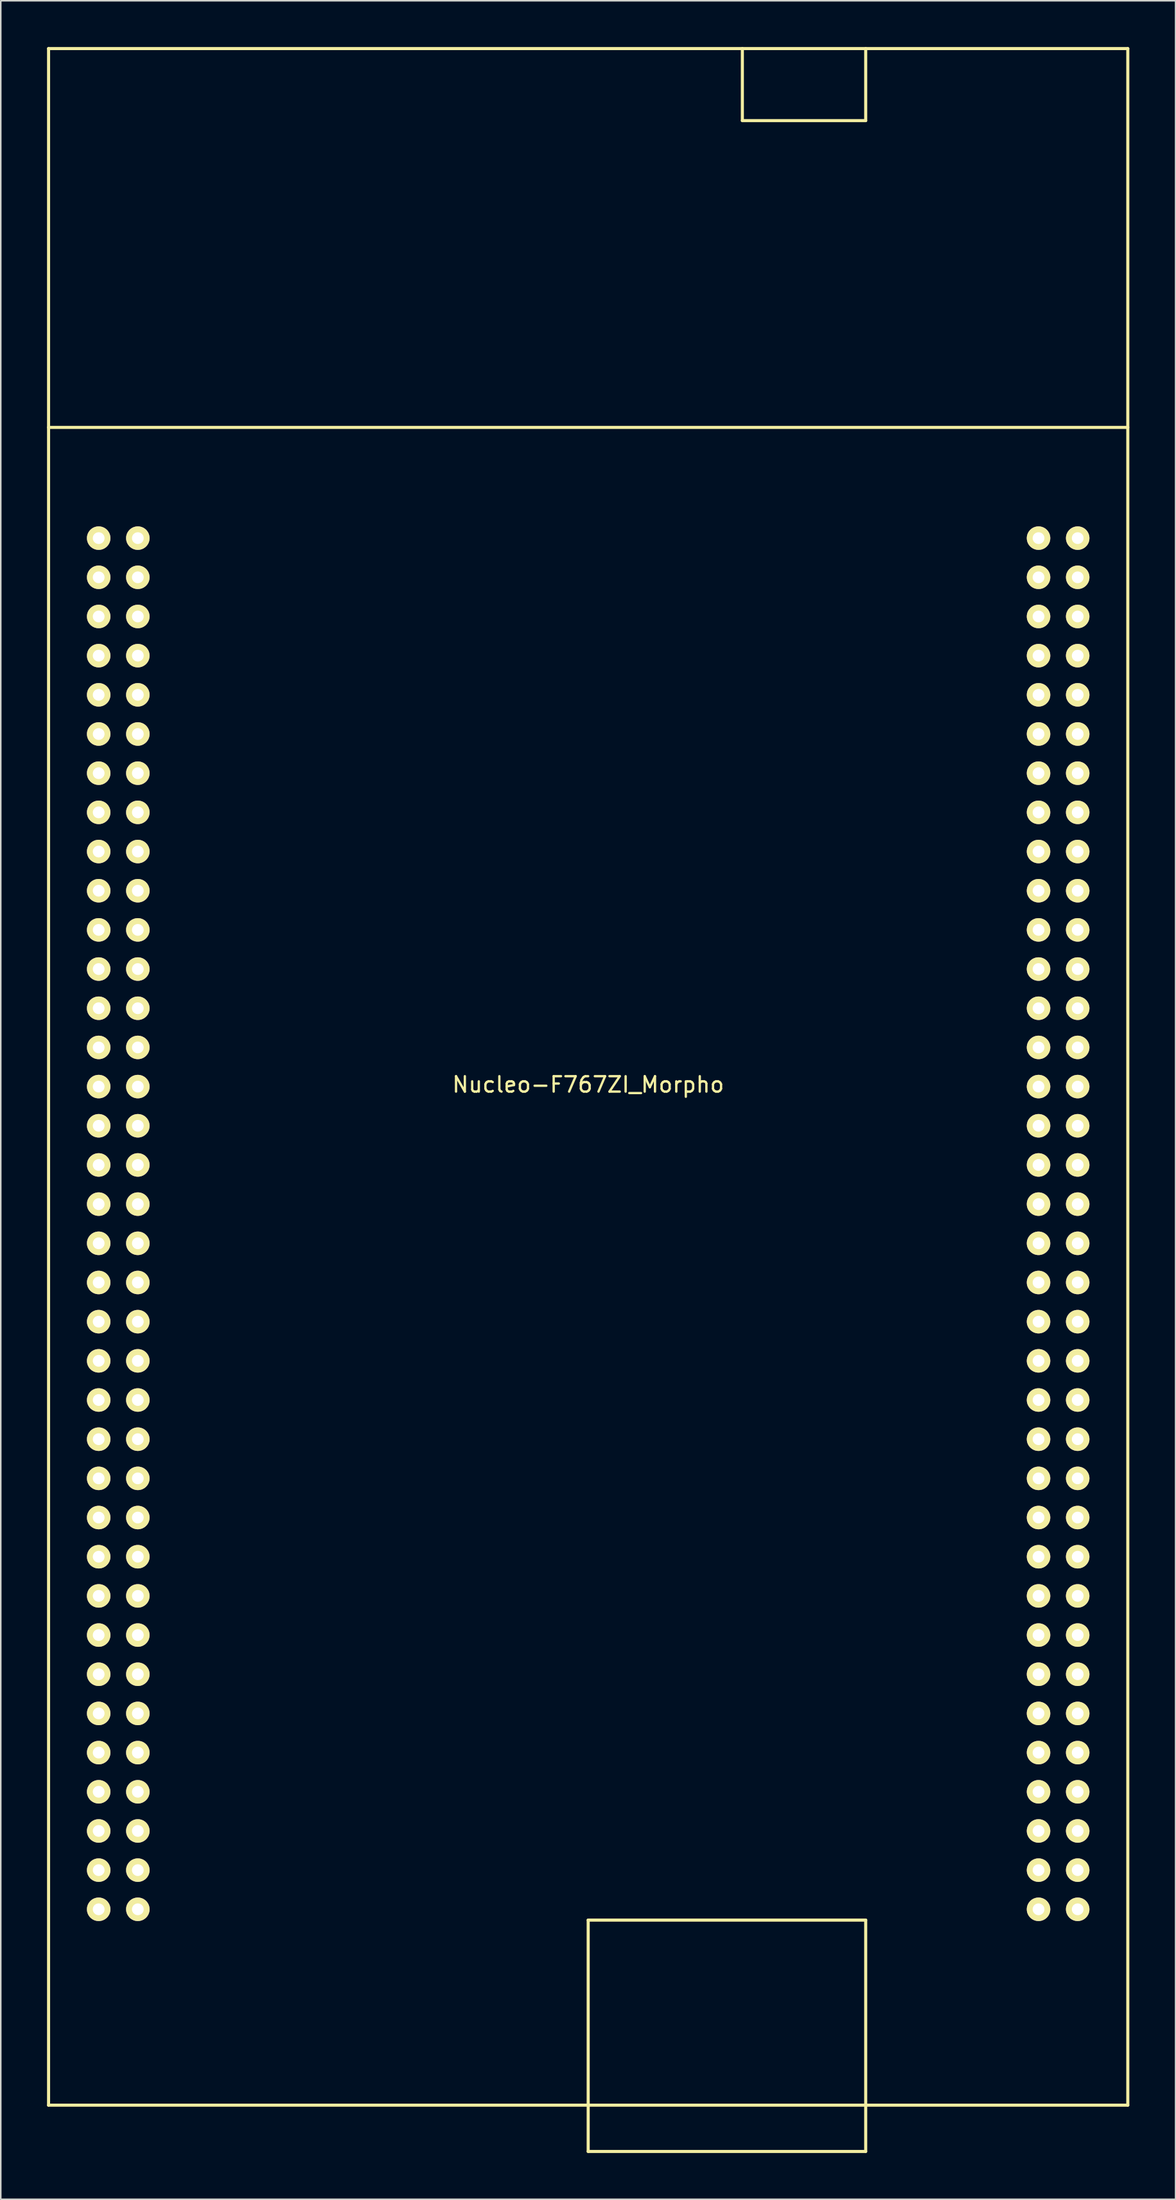
<source format=kicad_pcb>
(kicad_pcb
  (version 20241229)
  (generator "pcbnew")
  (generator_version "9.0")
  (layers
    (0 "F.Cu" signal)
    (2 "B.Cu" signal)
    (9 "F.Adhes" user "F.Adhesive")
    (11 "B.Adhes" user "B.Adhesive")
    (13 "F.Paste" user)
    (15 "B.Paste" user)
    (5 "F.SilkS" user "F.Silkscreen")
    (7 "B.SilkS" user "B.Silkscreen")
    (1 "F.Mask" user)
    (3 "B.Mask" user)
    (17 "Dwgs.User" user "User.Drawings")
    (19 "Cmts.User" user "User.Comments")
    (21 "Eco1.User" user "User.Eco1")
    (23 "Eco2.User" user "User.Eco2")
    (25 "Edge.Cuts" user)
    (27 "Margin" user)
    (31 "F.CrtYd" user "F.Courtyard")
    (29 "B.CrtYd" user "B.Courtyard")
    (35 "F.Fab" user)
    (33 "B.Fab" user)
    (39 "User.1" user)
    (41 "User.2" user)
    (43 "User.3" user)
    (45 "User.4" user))
  (footprint "Nucleo-F767ZI_Morpho"
    (layer "F.Cu")
    (at 35.1 66.77)
    (property "Reference" "Nucleo-F767ZI_Morpho" (at 0 0.5 0) (layer "F.SilkS") (effects (font (size 1 1) (thickness 0.15))))
    (attr through_hole)
    (fp_line (start -35 -66.67) (end -35 66.67) (stroke (width 0.2) (type solid)) (layer "F.SilkS"))
    (fp_line (start -35 -66.67) (end 35 -66.67) (stroke (width 0.2) (type solid)) (layer "F.SilkS"))
    (fp_line (start -35 -42.11) (end 35 -42.11) (stroke (width 0.2) (type solid)) (layer "F.SilkS"))
    (fp_line (start -35 66.67) (end 35 66.67) (stroke (width 0.2) (type solid)) (layer "F.SilkS"))
    (fp_line (start 0 69.67) (end 0 54.67) (stroke (width 0.2) (type solid)) (layer "F.SilkS"))
    (fp_line (start 0 69.67) (end 18 69.67) (stroke (width 0.2) (type solid)) (layer "F.SilkS"))
    (fp_line (start 10 -62) (end 10 -66.67) (stroke (width 0.2) (type solid)) (layer "F.SilkS"))
    (fp_line (start 18 -66.67) (end 18 -62) (stroke (width 0.2) (type solid)) (layer "F.SilkS"))
    (fp_line (start 18 -62) (end 10 -62) (stroke (width 0.2) (type solid)) (layer "F.SilkS"))
    (fp_line (start 18 54.67) (end 0 54.67) (stroke (width 0.2) (type solid)) (layer "F.SilkS"))
    (fp_line (start 18 69.67) (end 18 54.67) (stroke (width 0.2) (type solid)) (layer "F.SilkS"))
    (fp_line (start 35 -66.67) (end 35 66.67) (stroke (width 0.2) (type solid)) (layer "F.SilkS"))
    (pad "1" thru_hole circle (at -31.75 -34.93) (size 1.524 1.524) (drill 0.762) (layers "*.Cu" "*.Mask" "F.SilkS"))
    (pad "2" thru_hole circle (at -29.21 -34.93) (size 1.524 1.524) (drill 0.762) (layers "*.Cu" "*.Mask" "F.SilkS"))
    (pad "3" thru_hole circle (at -31.75 -32.39) (size 1.524 1.524) (drill 0.762) (layers "*.Cu" "*.Mask" "F.SilkS"))
    (pad "4" thru_hole circle (at -29.21 -32.39) (size 1.524 1.524) (drill 0.762) (layers "*.Cu" "*.Mask" "F.SilkS"))
    (pad "5" thru_hole circle (at -31.75 -29.85) (size 1.524 1.524) (drill 0.762) (layers "*.Cu" "*.Mask" "F.SilkS"))
    (pad "6" thru_hole circle (at -29.21 -29.85) (size 1.524 1.524) (drill 0.762) (layers "*.Cu" "*.Mask" "F.SilkS"))
    (pad "7" thru_hole circle (at -31.75 -27.31) (size 1.524 1.524) (drill 0.762) (layers "*.Cu" "*.Mask" "F.SilkS"))
    (pad "8" thru_hole circle (at -29.21 -27.31) (size 1.524 1.524) (drill 0.762) (layers "*.Cu" "*.Mask" "F.SilkS"))
    (pad "9" thru_hole circle (at -31.75 -24.77) (size 1.524 1.524) (drill 0.762) (layers "*.Cu" "*.Mask" "F.SilkS"))
    (pad "10" thru_hole circle (at -29.21 -24.77) (size 1.524 1.524) (drill 0.762) (layers "*.Cu" "*.Mask" "F.SilkS"))
    (pad "11" thru_hole circle (at -31.75 -22.23) (size 1.524 1.524) (drill 0.762) (layers "*.Cu" "*.Mask" "F.SilkS"))
    (pad "12" thru_hole circle (at -29.21 -22.23) (size 1.524 1.524) (drill 0.762) (layers "*.Cu" "*.Mask" "F.SilkS"))
    (pad "13" thru_hole circle (at -31.75 -19.69) (size 1.524 1.524) (drill 0.762) (layers "*.Cu" "*.Mask" "F.SilkS"))
    (pad "14" thru_hole circle (at -29.21 -19.69) (size 1.524 1.524) (drill 0.762) (layers "*.Cu" "*.Mask" "F.SilkS"))
    (pad "15" thru_hole circle (at -31.75 -17.15) (size 1.524 1.524) (drill 0.762) (layers "*.Cu" "*.Mask" "F.SilkS"))
    (pad "16" thru_hole circle (at -29.21 -17.15) (size 1.524 1.524) (drill 0.762) (layers "*.Cu" "*.Mask" "F.SilkS"))
    (pad "17" thru_hole circle (at -31.75 -14.61) (size 1.524 1.524) (drill 0.762) (layers "*.Cu" "*.Mask" "F.SilkS"))
    (pad "18" thru_hole circle (at -29.21 -14.61) (size 1.524 1.524) (drill 0.762) (layers "*.Cu" "*.Mask" "F.SilkS"))
    (pad "19" thru_hole circle (at -31.75 -12.07) (size 1.524 1.524) (drill 0.762) (layers "*.Cu" "*.Mask" "F.SilkS"))
    (pad "20" thru_hole circle (at -29.21 -12.07) (size 1.524 1.524) (drill 0.762) (layers "*.Cu" "*.Mask" "F.SilkS"))
    (pad "21" thru_hole circle (at -31.75 -9.53) (size 1.524 1.524) (drill 0.762) (layers "*.Cu" "*.Mask" "F.SilkS"))
    (pad "22" thru_hole circle (at -29.21 -9.53) (size 1.524 1.524) (drill 0.762) (layers "*.Cu" "*.Mask" "F.SilkS"))
    (pad "23" thru_hole circle (at -31.75 -6.99) (size 1.524 1.524) (drill 0.762) (layers "*.Cu" "*.Mask" "F.SilkS"))
    (pad "24" thru_hole circle (at -29.21 -6.99) (size 1.524 1.524) (drill 0.762) (layers "*.Cu" "*.Mask" "F.SilkS"))
    (pad "25" thru_hole circle (at -31.75 -4.45) (size 1.524 1.524) (drill 0.762) (layers "*.Cu" "*.Mask" "F.SilkS"))
    (pad "26" thru_hole circle (at -29.21 -4.45) (size 1.524 1.524) (drill 0.762) (layers "*.Cu" "*.Mask" "F.SilkS"))
    (pad "27" thru_hole circle (at -31.75 -1.91) (size 1.524 1.524) (drill 0.762) (layers "*.Cu" "*.Mask" "F.SilkS"))
    (pad "28" thru_hole circle (at -29.21 -1.91) (size 1.524 1.524) (drill 0.762) (layers "*.Cu" "*.Mask" "F.SilkS"))
    (pad "29" thru_hole circle (at -31.75 0.63) (size 1.524 1.524) (drill 0.762) (layers "*.Cu" "*.Mask" "F.SilkS"))
    (pad "30" thru_hole circle (at -29.21 0.63) (size 1.524 1.524) (drill 0.762) (layers "*.Cu" "*.Mask" "F.SilkS"))
    (pad "31" thru_hole circle (at -31.75 3.17) (size 1.524 1.524) (drill 0.762) (layers "*.Cu" "*.Mask" "F.SilkS"))
    (pad "32" thru_hole circle (at -29.21 3.17) (size 1.524 1.524) (drill 0.762) (layers "*.Cu" "*.Mask" "F.SilkS"))
    (pad "33" thru_hole circle (at -31.75 5.71) (size 1.524 1.524) (drill 0.762) (layers "*.Cu" "*.Mask" "F.SilkS"))
    (pad "34" thru_hole circle (at -29.21 5.71) (size 1.524 1.524) (drill 0.762) (layers "*.Cu" "*.Mask" "F.SilkS"))
    (pad "35" thru_hole circle (at -31.75 8.25) (size 1.524 1.524) (drill 0.762) (layers "*.Cu" "*.Mask" "F.SilkS"))
    (pad "36" thru_hole circle (at -29.21 8.25) (size 1.524 1.524) (drill 0.762) (layers "*.Cu" "*.Mask" "F.SilkS"))
    (pad "37" thru_hole circle (at -31.75 10.79) (size 1.524 1.524) (drill 0.762) (layers "*.Cu" "*.Mask" "F.SilkS"))
    (pad "38" thru_hole circle (at -29.21 10.79) (size 1.524 1.524) (drill 0.762) (layers "*.Cu" "*.Mask" "F.SilkS"))
    (pad "39" thru_hole circle (at -31.75 13.33) (size 1.524 1.524) (drill 0.762) (layers "*.Cu" "*.Mask" "F.SilkS"))
    (pad "40" thru_hole circle (at -29.21 13.33) (size 1.524 1.524) (drill 0.762) (layers "*.Cu" "*.Mask" "F.SilkS"))
    (pad "41" thru_hole circle (at -31.75 15.87) (size 1.524 1.524) (drill 0.762) (layers "*.Cu" "*.Mask" "F.SilkS"))
    (pad "42" thru_hole circle (at -29.21 15.87) (size 1.524 1.524) (drill 0.762) (layers "*.Cu" "*.Mask" "F.SilkS"))
    (pad "43" thru_hole circle (at -31.75 18.41) (size 1.524 1.524) (drill 0.762) (layers "*.Cu" "*.Mask" "F.SilkS"))
    (pad "44" thru_hole circle (at -29.21 18.41) (size 1.524 1.524) (drill 0.762) (layers "*.Cu" "*.Mask" "F.SilkS"))
    (pad "45" thru_hole circle (at -31.75 20.95) (size 1.524 1.524) (drill 0.762) (layers "*.Cu" "*.Mask" "F.SilkS"))
    (pad "46" thru_hole circle (at -29.21 20.95) (size 1.524 1.524) (drill 0.762) (layers "*.Cu" "*.Mask" "F.SilkS"))
    (pad "47" thru_hole circle (at -31.75 23.49) (size 1.524 1.524) (drill 0.762) (layers "*.Cu" "*.Mask" "F.SilkS"))
    (pad "48" thru_hole circle (at -29.21 23.49) (size 1.524 1.524) (drill 0.762) (layers "*.Cu" "*.Mask" "F.SilkS"))
    (pad "49" thru_hole circle (at -31.75 26.03) (size 1.524 1.524) (drill 0.762) (layers "*.Cu" "*.Mask" "F.SilkS"))
    (pad "50" thru_hole circle (at -29.21 26.03) (size 1.524 1.524) (drill 0.762) (layers "*.Cu" "*.Mask" "F.SilkS"))
    (pad "51" thru_hole circle (at -31.75 28.57) (size 1.524 1.524) (drill 0.762) (layers "*.Cu" "*.Mask" "F.SilkS"))
    (pad "52" thru_hole circle (at -29.21 28.57) (size 1.524 1.524) (drill 0.762) (layers "*.Cu" "*.Mask" "F.SilkS"))
    (pad "53" thru_hole circle (at -31.75 31.11) (size 1.524 1.524) (drill 0.762) (layers "*.Cu" "*.Mask" "F.SilkS"))
    (pad "54" thru_hole circle (at -29.21 31.11) (size 1.524 1.524) (drill 0.762) (layers "*.Cu" "*.Mask" "F.SilkS"))
    (pad "55" thru_hole circle (at -31.75 33.65) (size 1.524 1.524) (drill 0.762) (layers "*.Cu" "*.Mask" "F.SilkS"))
    (pad "56" thru_hole circle (at -29.21 33.65) (size 1.524 1.524) (drill 0.762) (layers "*.Cu" "*.Mask" "F.SilkS"))
    (pad "57" thru_hole circle (at -31.75 36.19) (size 1.524 1.524) (drill 0.762) (layers "*.Cu" "*.Mask" "F.SilkS"))
    (pad "58" thru_hole circle (at -29.21 36.19) (size 1.524 1.524) (drill 0.762) (layers "*.Cu" "*.Mask" "F.SilkS"))
    (pad "59" thru_hole circle (at -31.75 38.73) (size 1.524 1.524) (drill 0.762) (layers "*.Cu" "*.Mask" "F.SilkS"))
    (pad "60" thru_hole circle (at -29.21 38.73) (size 1.524 1.524) (drill 0.762) (layers "*.Cu" "*.Mask" "F.SilkS"))
    (pad "61" thru_hole circle (at -31.75 41.27) (size 1.524 1.524) (drill 0.762) (layers "*.Cu" "*.Mask" "F.SilkS"))
    (pad "62" thru_hole circle (at -29.21 41.27) (size 1.524 1.524) (drill 0.762) (layers "*.Cu" "*.Mask" "F.SilkS"))
    (pad "63" thru_hole circle (at -31.75 43.81) (size 1.524 1.524) (drill 0.762) (layers "*.Cu" "*.Mask" "F.SilkS"))
    (pad "64" thru_hole circle (at -29.21 43.81) (size 1.524 1.524) (drill 0.762) (layers "*.Cu" "*.Mask" "F.SilkS"))
    (pad "65" thru_hole circle (at -31.75 46.35) (size 1.524 1.524) (drill 0.762) (layers "*.Cu" "*.Mask" "F.SilkS"))
    (pad "66" thru_hole circle (at -29.21 46.35) (size 1.524 1.524) (drill 0.762) (layers "*.Cu" "*.Mask" "F.SilkS"))
    (pad "67" thru_hole circle (at -31.75 48.89) (size 1.524 1.524) (drill 0.762) (layers "*.Cu" "*.Mask" "F.SilkS"))
    (pad "68" thru_hole circle (at -29.21 48.89) (size 1.524 1.524) (drill 0.762) (layers "*.Cu" "*.Mask" "F.SilkS"))
    (pad "69" thru_hole circle (at -31.75 51.43) (size 1.524 1.524) (drill 0.762) (layers "*.Cu" "*.Mask" "F.SilkS"))
    (pad "70" thru_hole circle (at -29.21 51.43) (size 1.524 1.524) (drill 0.762) (layers "*.Cu" "*.Mask" "F.SilkS"))
    (pad "71" thru_hole circle (at -31.75 53.97) (size 1.524 1.524) (drill 0.762) (layers "*.Cu" "*.Mask" "F.SilkS"))
    (pad "72" thru_hole circle (at -29.21 53.97) (size 1.524 1.524) (drill 0.762) (layers "*.Cu" "*.Mask" "F.SilkS"))
    (pad "73" thru_hole circle (at 29.21 -34.93) (size 1.524 1.524) (drill 0.762) (layers "*.Cu" "*.Mask" "F.SilkS"))
    (pad "74" thru_hole circle (at 31.75 -34.93) (size 1.524 1.524) (drill 0.762) (layers "*.Cu" "*.Mask" "F.SilkS"))
    (pad "75" thru_hole circle (at 29.21 -32.39) (size 1.524 1.524) (drill 0.762) (layers "*.Cu" "*.Mask" "F.SilkS"))
    (pad "76" thru_hole circle (at 31.75 -32.39) (size 1.524 1.524) (drill 0.762) (layers "*.Cu" "*.Mask" "F.SilkS"))
    (pad "77" thru_hole circle (at 29.21 -29.85) (size 1.524 1.524) (drill 0.762) (layers "*.Cu" "*.Mask" "F.SilkS"))
    (pad "78" thru_hole circle (at 31.75 -29.85) (size 1.524 1.524) (drill 0.762) (layers "*.Cu" "*.Mask" "F.SilkS"))
    (pad "79" thru_hole circle (at 29.21 -27.31) (size 1.524 1.524) (drill 0.762) (layers "*.Cu" "*.Mask" "F.SilkS"))
    (pad "80" thru_hole circle (at 31.75 -27.31) (size 1.524 1.524) (drill 0.762) (layers "*.Cu" "*.Mask" "F.SilkS"))
    (pad "81" thru_hole circle (at 29.21 -24.77) (size 1.524 1.524) (drill 0.762) (layers "*.Cu" "*.Mask" "F.SilkS"))
    (pad "82" thru_hole circle (at 31.75 -24.77) (size 1.524 1.524) (drill 0.762) (layers "*.Cu" "*.Mask" "F.SilkS"))
    (pad "83" thru_hole circle (at 29.21 -22.23) (size 1.524 1.524) (drill 0.762) (layers "*.Cu" "*.Mask" "F.SilkS"))
    (pad "84" thru_hole circle (at 31.75 -22.23) (size 1.524 1.524) (drill 0.762) (layers "*.Cu" "*.Mask" "F.SilkS"))
    (pad "85" thru_hole circle (at 29.21 -19.69) (size 1.524 1.524) (drill 0.762) (layers "*.Cu" "*.Mask" "F.SilkS"))
    (pad "86" thru_hole circle (at 31.75 -19.69) (size 1.524 1.524) (drill 0.762) (layers "*.Cu" "*.Mask" "F.SilkS"))
    (pad "87" thru_hole circle (at 29.21 -17.15) (size 1.524 1.524) (drill 0.762) (layers "*.Cu" "*.Mask" "F.SilkS"))
    (pad "88" thru_hole circle (at 31.75 -17.15) (size 1.524 1.524) (drill 0.762) (layers "*.Cu" "*.Mask" "F.SilkS"))
    (pad "89" thru_hole circle (at 29.21 -14.61) (size 1.524 1.524) (drill 0.762) (layers "*.Cu" "*.Mask" "F.SilkS"))
    (pad "90" thru_hole circle (at 31.75 -14.61) (size 1.524 1.524) (drill 0.762) (layers "*.Cu" "*.Mask" "F.SilkS"))
    (pad "91" thru_hole circle (at 29.21 -12.07) (size 1.524 1.524) (drill 0.762) (layers "*.Cu" "*.Mask" "F.SilkS"))
    (pad "92" thru_hole circle (at 31.75 -12.07) (size 1.524 1.524) (drill 0.762) (layers "*.Cu" "*.Mask" "F.SilkS"))
    (pad "93" thru_hole circle (at 29.21 -9.53) (size 1.524 1.524) (drill 0.762) (layers "*.Cu" "*.Mask" "F.SilkS"))
    (pad "94" thru_hole circle (at 31.75 -9.53) (size 1.524 1.524) (drill 0.762) (layers "*.Cu" "*.Mask" "F.SilkS"))
    (pad "95" thru_hole circle (at 29.21 -6.99) (size 1.524 1.524) (drill 0.762) (layers "*.Cu" "*.Mask" "F.SilkS"))
    (pad "96" thru_hole circle (at 31.75 -6.99) (size 1.524 1.524) (drill 0.762) (layers "*.Cu" "*.Mask" "F.SilkS"))
    (pad "97" thru_hole circle (at 29.21 -4.45) (size 1.524 1.524) (drill 0.762) (layers "*.Cu" "*.Mask" "F.SilkS"))
    (pad "98" thru_hole circle (at 31.75 -4.45) (size 1.524 1.524) (drill 0.762) (layers "*.Cu" "*.Mask" "F.SilkS"))
    (pad "99" thru_hole circle (at 29.21 -1.91) (size 1.524 1.524) (drill 0.762) (layers "*.Cu" "*.Mask" "F.SilkS"))
    (pad "100" thru_hole circle (at 31.75 -1.91) (size 1.524 1.524) (drill 0.762) (layers "*.Cu" "*.Mask" "F.SilkS"))
    (pad "101" thru_hole circle (at 29.21 0.63) (size 1.524 1.524) (drill 0.762) (layers "*.Cu" "*.Mask" "F.SilkS"))
    (pad "102" thru_hole circle (at 31.75 0.63) (size 1.524 1.524) (drill 0.762) (layers "*.Cu" "*.Mask" "F.SilkS"))
    (pad "103" thru_hole circle (at 29.21 3.17) (size 1.524 1.524) (drill 0.762) (layers "*.Cu" "*.Mask" "F.SilkS"))
    (pad "104" thru_hole circle (at 31.75 3.17) (size 1.524 1.524) (drill 0.762) (layers "*.Cu" "*.Mask" "F.SilkS"))
    (pad "105" thru_hole circle (at 29.21 5.71) (size 1.524 1.524) (drill 0.762) (layers "*.Cu" "*.Mask" "F.SilkS"))
    (pad "106" thru_hole circle (at 31.75 5.71) (size 1.524 1.524) (drill 0.762) (layers "*.Cu" "*.Mask" "F.SilkS"))
    (pad "107" thru_hole circle (at 29.21 8.25) (size 1.524 1.524) (drill 0.762) (layers "*.Cu" "*.Mask" "F.SilkS"))
    (pad "108" thru_hole circle (at 31.75 8.25) (size 1.524 1.524) (drill 0.762) (layers "*.Cu" "*.Mask" "F.SilkS"))
    (pad "109" thru_hole circle (at 29.21 10.79) (size 1.524 1.524) (drill 0.762) (layers "*.Cu" "*.Mask" "F.SilkS"))
    (pad "110" thru_hole circle (at 31.75 10.79) (size 1.524 1.524) (drill 0.762) (layers "*.Cu" "*.Mask" "F.SilkS"))
    (pad "111" thru_hole circle (at 29.21 13.33) (size 1.524 1.524) (drill 0.762) (layers "*.Cu" "*.Mask" "F.SilkS"))
    (pad "112" thru_hole circle (at 31.75 13.33) (size 1.524 1.524) (drill 0.762) (layers "*.Cu" "*.Mask" "F.SilkS"))
    (pad "113" thru_hole circle (at 29.21 15.87) (size 1.524 1.524) (drill 0.762) (layers "*.Cu" "*.Mask" "F.SilkS"))
    (pad "114" thru_hole circle (at 31.75 15.87) (size 1.524 1.524) (drill 0.762) (layers "*.Cu" "*.Mask" "F.SilkS"))
    (pad "115" thru_hole circle (at 29.21 18.41) (size 1.524 1.524) (drill 0.762) (layers "*.Cu" "*.Mask" "F.SilkS"))
    (pad "116" thru_hole circle (at 31.75 18.41) (size 1.524 1.524) (drill 0.762) (layers "*.Cu" "*.Mask" "F.SilkS"))
    (pad "117" thru_hole circle (at 29.21 20.95) (size 1.524 1.524) (drill 0.762) (layers "*.Cu" "*.Mask" "F.SilkS"))
    (pad "118" thru_hole circle (at 31.75 20.95) (size 1.524 1.524) (drill 0.762) (layers "*.Cu" "*.Mask" "F.SilkS"))
    (pad "119" thru_hole circle (at 29.21 23.49) (size 1.524 1.524) (drill 0.762) (layers "*.Cu" "*.Mask" "F.SilkS"))
    (pad "120" thru_hole circle (at 31.75 23.49) (size 1.524 1.524) (drill 0.762) (layers "*.Cu" "*.Mask" "F.SilkS"))
    (pad "121" thru_hole circle (at 29.21 26.03) (size 1.524 1.524) (drill 0.762) (layers "*.Cu" "*.Mask" "F.SilkS"))
    (pad "122" thru_hole circle (at 31.75 26.03) (size 1.524 1.524) (drill 0.762) (layers "*.Cu" "*.Mask" "F.SilkS"))
    (pad "123" thru_hole circle (at 29.21 28.57) (size 1.524 1.524) (drill 0.762) (layers "*.Cu" "*.Mask" "F.SilkS"))
    (pad "124" thru_hole circle (at 31.75 28.57) (size 1.524 1.524) (drill 0.762) (layers "*.Cu" "*.Mask" "F.SilkS"))
    (pad "125" thru_hole circle (at 29.21 31.11) (size 1.524 1.524) (drill 0.762) (layers "*.Cu" "*.Mask" "F.SilkS"))
    (pad "126" thru_hole circle (at 31.75 31.11) (size 1.524 1.524) (drill 0.762) (layers "*.Cu" "*.Mask" "F.SilkS"))
    (pad "127" thru_hole circle (at 29.21 33.65) (size 1.524 1.524) (drill 0.762) (layers "*.Cu" "*.Mask" "F.SilkS"))
    (pad "128" thru_hole circle (at 31.75 33.65) (size 1.524 1.524) (drill 0.762) (layers "*.Cu" "*.Mask" "F.SilkS"))
    (pad "129" thru_hole circle (at 29.21 36.19) (size 1.524 1.524) (drill 0.762) (layers "*.Cu" "*.Mask" "F.SilkS"))
    (pad "130" thru_hole circle (at 31.75 36.19) (size 1.524 1.524) (drill 0.762) (layers "*.Cu" "*.Mask" "F.SilkS"))
    (pad "131" thru_hole circle (at 29.21 38.73) (size 1.524 1.524) (drill 0.762) (layers "*.Cu" "*.Mask" "F.SilkS"))
    (pad "132" thru_hole circle (at 31.75 38.73) (size 1.524 1.524) (drill 0.762) (layers "*.Cu" "*.Mask" "F.SilkS"))
    (pad "133" thru_hole circle (at 29.21 41.27) (size 1.524 1.524) (drill 0.762) (layers "*.Cu" "*.Mask" "F.SilkS"))
    (pad "134" thru_hole circle (at 31.75 41.27) (size 1.524 1.524) (drill 0.762) (layers "*.Cu" "*.Mask" "F.SilkS"))
    (pad "135" thru_hole circle (at 29.21 43.81) (size 1.524 1.524) (drill 0.762) (layers "*.Cu" "*.Mask" "F.SilkS"))
    (pad "136" thru_hole circle (at 31.75 43.81) (size 1.524 1.524) (drill 0.762) (layers "*.Cu" "*.Mask" "F.SilkS"))
    (pad "137" thru_hole circle (at 29.21 46.35) (size 1.524 1.524) (drill 0.762) (layers "*.Cu" "*.Mask" "F.SilkS"))
    (pad "138" thru_hole circle (at 31.75 46.35) (size 1.524 1.524) (drill 0.762) (layers "*.Cu" "*.Mask" "F.SilkS"))
    (pad "139" thru_hole circle (at 29.21 48.89) (size 1.524 1.524) (drill 0.762) (layers "*.Cu" "*.Mask" "F.SilkS"))
    (pad "140" thru_hole circle (at 31.75 48.89) (size 1.524 1.524) (drill 0.762) (layers "*.Cu" "*.Mask" "F.SilkS"))
    (pad "141" thru_hole circle (at 29.21 51.43) (size 1.524 1.524) (drill 0.762) (layers "*.Cu" "*.Mask" "F.SilkS"))
    (pad "142" thru_hole circle (at 31.75 51.43) (size 1.524 1.524) (drill 0.762) (layers "*.Cu" "*.Mask" "F.SilkS"))
    (pad "143" thru_hole circle (at 29.21 53.97) (size 1.524 1.524) (drill 0.762) (layers "*.Cu" "*.Mask" "F.SilkS"))
    (pad "144" thru_hole circle (at 31.75 53.97) (size 1.524 1.524) (drill 0.762) (layers "*.Cu" "*.Mask" "F.SilkS")))
  (gr_rect
    (start -3 -3)
    (end 73.2 139.54)
    (stroke (width 0.1) (type default))
    (fill no)
    (layer "Edge.Cuts")))
</source>
